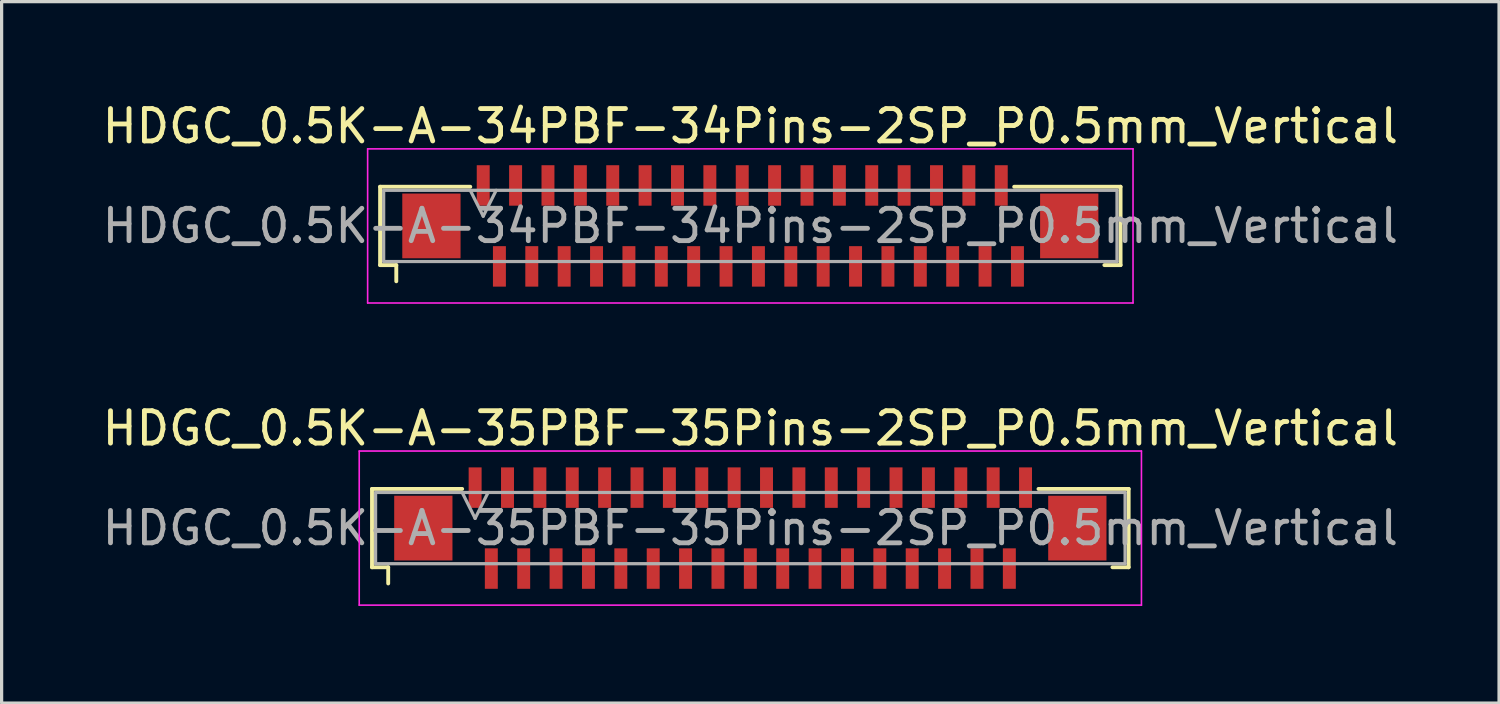
<source format=kicad_pcb>
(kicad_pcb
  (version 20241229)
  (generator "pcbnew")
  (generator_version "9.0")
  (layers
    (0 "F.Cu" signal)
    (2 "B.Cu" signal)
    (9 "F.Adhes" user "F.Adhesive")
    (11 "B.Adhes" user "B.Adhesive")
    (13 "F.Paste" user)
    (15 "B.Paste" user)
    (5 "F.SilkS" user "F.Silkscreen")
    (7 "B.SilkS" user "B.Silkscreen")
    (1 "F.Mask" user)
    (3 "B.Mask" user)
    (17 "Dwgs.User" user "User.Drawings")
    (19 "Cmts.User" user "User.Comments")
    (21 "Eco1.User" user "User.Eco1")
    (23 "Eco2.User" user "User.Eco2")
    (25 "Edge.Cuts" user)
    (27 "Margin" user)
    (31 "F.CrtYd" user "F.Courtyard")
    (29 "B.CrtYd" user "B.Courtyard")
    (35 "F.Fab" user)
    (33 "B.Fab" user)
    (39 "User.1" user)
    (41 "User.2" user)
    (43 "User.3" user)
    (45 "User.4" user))
  (footprint "HDGC_0.5K-A-34PBF-34Pins-2SP_P0.5mm_Vertical"
    (layer "F.Cu")
    (at 20.125 3.928)
    (property "Reference" "HDGC_0.5K-A-34PBF-34Pins-2SP_P0.5mm_Vertical" (at 0 -3.08 0) (layer "F.SilkS") (effects (font (size 1 1) (thickness 0.15))))
    (attr smd)
    (fp_line (start -11.435 -1.21) (end -8.65 -1.21) (stroke (width 0.12) (type solid)) (layer "F.SilkS"))
    (fp_line (start -11.435 1.21) (end -11.435 -1.21) (stroke (width 0.12) (type solid)) (layer "F.SilkS"))
    (fp_line (start -10.935 1.21) (end -11.435 1.21) (stroke (width 0.12) (type solid)) (layer "F.SilkS"))
    (fp_line (start -10.935 1.71) (end -10.935 1.21) (stroke (width 0.12) (type solid)) (layer "F.SilkS"))
    (fp_line (start 10.935 1.21) (end 11.435 1.21) (stroke (width 0.12) (type solid)) (layer "F.SilkS"))
    (fp_line (start 11.435 -1.21) (end 8.15 -1.21) (stroke (width 0.12) (type solid)) (layer "F.SilkS"))
    (fp_line (start 11.435 1.21) (end 11.435 -1.21) (stroke (width 0.12) (type solid)) (layer "F.SilkS"))
    (fp_line (start -11.82 -2.38) (end 11.82 -2.38) (stroke (width 0.05) (type solid)) (layer "F.CrtYd"))
    (fp_line (start -11.82 2.38) (end -11.82 -2.38) (stroke (width 0.05) (type solid)) (layer "F.CrtYd"))
    (fp_line (start 11.82 -2.38) (end 11.82 2.38) (stroke (width 0.05) (type solid)) (layer "F.CrtYd"))
    (fp_line (start 11.82 2.38) (end -11.82 2.38) (stroke (width 0.05) (type solid)) (layer "F.CrtYd"))
    (fp_line (start -11.325 -1.1) (end -11.325 1.1) (stroke (width 0.1) (type solid)) (layer "F.Fab"))
    (fp_line (start -11.325 1.1) (end 11.325 1.1) (stroke (width 0.1) (type solid)) (layer "F.Fab"))
    (fp_line (start -8.65 -1.1) (end -8.25 -0.3) (stroke (width 0.1) (type solid)) (layer "F.Fab"))
    (fp_line (start -8.25 -0.3) (end -7.85 -1.1) (stroke (width 0.1) (type solid)) (layer "F.Fab"))
    (fp_line (start 11.325 -1.1) (end -11.325 -1.1) (stroke (width 0.1) (type solid)) (layer "F.Fab"))
    (fp_line (start 11.325 1.1) (end 11.325 -1.1) (stroke (width 0.1) (type solid)) (layer "F.Fab"))
    (fp_text user "${REFERENCE}" (at 0 0 0) (layer "F.Fab") (effects (font (size 1 1) (thickness 0.15))))
    (pad "1" smd rect (at -8.25 -1.25) (size 0.4 1.25) (layers "F.Cu" "F.Mask" "F.Paste"))
    (pad "2" smd rect (at -7.75 1.25) (size 0.4 1.25) (layers "F.Cu" "F.Mask" "F.Paste"))
    (pad "3" smd rect (at -7.25 -1.25) (size 0.4 1.25) (layers "F.Cu" "F.Mask" "F.Paste"))
    (pad "4" smd rect (at -6.75 1.25) (size 0.4 1.25) (layers "F.Cu" "F.Mask" "F.Paste"))
    (pad "5" smd rect (at -6.25 -1.25) (size 0.4 1.25) (layers "F.Cu" "F.Mask" "F.Paste"))
    (pad "6" smd rect (at -5.75 1.25) (size 0.4 1.25) (layers "F.Cu" "F.Mask" "F.Paste"))
    (pad "7" smd rect (at -5.25 -1.25) (size 0.4 1.25) (layers "F.Cu" "F.Mask" "F.Paste"))
    (pad "8" smd rect (at -4.75 1.25) (size 0.4 1.25) (layers "F.Cu" "F.Mask" "F.Paste"))
    (pad "9" smd rect (at -4.25 -1.25) (size 0.4 1.25) (layers "F.Cu" "F.Mask" "F.Paste"))
    (pad "10" smd rect (at -3.75 1.25) (size 0.4 1.25) (layers "F.Cu" "F.Mask" "F.Paste"))
    (pad "11" smd rect (at -3.25 -1.25) (size 0.4 1.25) (layers "F.Cu" "F.Mask" "F.Paste"))
    (pad "12" smd rect (at -2.75 1.25) (size 0.4 1.25) (layers "F.Cu" "F.Mask" "F.Paste"))
    (pad "13" smd rect (at -2.25 -1.25) (size 0.4 1.25) (layers "F.Cu" "F.Mask" "F.Paste"))
    (pad "14" smd rect (at -1.75 1.25) (size 0.4 1.25) (layers "F.Cu" "F.Mask" "F.Paste"))
    (pad "15" smd rect (at -1.25 -1.25) (size 0.4 1.25) (layers "F.Cu" "F.Mask" "F.Paste"))
    (pad "16" smd rect (at -0.75 1.25) (size 0.4 1.25) (layers "F.Cu" "F.Mask" "F.Paste"))
    (pad "17" smd rect (at -0.25 -1.25) (size 0.4 1.25) (layers "F.Cu" "F.Mask" "F.Paste"))
    (pad "18" smd rect (at 0.25 1.25) (size 0.4 1.25) (layers "F.Cu" "F.Mask" "F.Paste"))
    (pad "19" smd rect (at 0.75 -1.25) (size 0.4 1.25) (layers "F.Cu" "F.Mask" "F.Paste"))
    (pad "20" smd rect (at 1.25 1.25) (size 0.4 1.25) (layers "F.Cu" "F.Mask" "F.Paste"))
    (pad "21" smd rect (at 1.75 -1.25) (size 0.4 1.25) (layers "F.Cu" "F.Mask" "F.Paste"))
    (pad "22" smd rect (at 2.25 1.25) (size 0.4 1.25) (layers "F.Cu" "F.Mask" "F.Paste"))
    (pad "23" smd rect (at 2.75 -1.25) (size 0.4 1.25) (layers "F.Cu" "F.Mask" "F.Paste"))
    (pad "24" smd rect (at 3.25 1.25) (size 0.4 1.25) (layers "F.Cu" "F.Mask" "F.Paste"))
    (pad "25" smd rect (at 3.75 -1.25) (size 0.4 1.25) (layers "F.Cu" "F.Mask" "F.Paste"))
    (pad "26" smd rect (at 4.25 1.25) (size 0.4 1.25) (layers "F.Cu" "F.Mask" "F.Paste"))
    (pad "27" smd rect (at 4.75 -1.25) (size 0.4 1.25) (layers "F.Cu" "F.Mask" "F.Paste"))
    (pad "28" smd rect (at 5.25 1.25) (size 0.4 1.25) (layers "F.Cu" "F.Mask" "F.Paste"))
    (pad "29" smd rect (at 5.75 -1.25) (size 0.4 1.25) (layers "F.Cu" "F.Mask" "F.Paste"))
    (pad "30" smd rect (at 6.25 1.25) (size 0.4 1.25) (layers "F.Cu" "F.Mask" "F.Paste"))
    (pad "31" smd rect (at 6.75 -1.25) (size 0.4 1.25) (layers "F.Cu" "F.Mask" "F.Paste"))
    (pad "32" smd rect (at 7.25 1.25) (size 0.4 1.25) (layers "F.Cu" "F.Mask" "F.Paste"))
    (pad "33" smd rect (at 7.75 -1.25) (size 0.4 1.25) (layers "F.Cu" "F.Mask" "F.Paste"))
    (pad "34" smd rect (at 8.25 1.25) (size 0.4 1.25) (layers "F.Cu" "F.Mask" "F.Paste"))
    (pad "MP" smd rect (at -9.85 0) (size 1.8 2) (layers "F.Cu" "F.Mask" "F.Paste"))
    (pad "MP" smd rect (at 9.85 0) (size 1.8 2) (layers "F.Cu" "F.Mask" "F.Paste")))
  (footprint "HDGC_0.5K-A-35PBF-35Pins-2SP_P0.5mm_Vertical"
    (layer "F.Cu")
    (at 20.125 13.261)
    (property "Reference" "HDGC_0.5K-A-35PBF-35Pins-2SP_P0.5mm_Vertical" (at 0 -3.08 0) (layer "F.SilkS") (effects (font (size 1 1) (thickness 0.15))))
    (attr smd)
    (fp_line (start -11.685 -1.21) (end -8.9 -1.21) (stroke (width 0.12) (type solid)) (layer "F.SilkS"))
    (fp_line (start -11.685 1.21) (end -11.685 -1.21) (stroke (width 0.12) (type solid)) (layer "F.SilkS"))
    (fp_line (start -11.185 1.21) (end -11.685 1.21) (stroke (width 0.12) (type solid)) (layer "F.SilkS"))
    (fp_line (start -11.185 1.71) (end -11.185 1.21) (stroke (width 0.12) (type solid)) (layer "F.SilkS"))
    (fp_line (start 11.185 1.21) (end 11.685 1.21) (stroke (width 0.12) (type solid)) (layer "F.SilkS"))
    (fp_line (start 11.685 -1.21) (end 8.9 -1.21) (stroke (width 0.12) (type solid)) (layer "F.SilkS"))
    (fp_line (start 11.685 1.21) (end 11.685 -1.21) (stroke (width 0.12) (type solid)) (layer "F.SilkS"))
    (fp_line (start -12.08 -2.38) (end 12.08 -2.38) (stroke (width 0.05) (type solid)) (layer "F.CrtYd"))
    (fp_line (start -12.08 2.38) (end -12.08 -2.38) (stroke (width 0.05) (type solid)) (layer "F.CrtYd"))
    (fp_line (start 12.08 -2.38) (end 12.08 2.38) (stroke (width 0.05) (type solid)) (layer "F.CrtYd"))
    (fp_line (start 12.08 2.38) (end -12.08 2.38) (stroke (width 0.05) (type solid)) (layer "F.CrtYd"))
    (fp_line (start -11.575 -1.1) (end -11.575 1.1) (stroke (width 0.1) (type solid)) (layer "F.Fab"))
    (fp_line (start -11.575 1.1) (end 11.575 1.1) (stroke (width 0.1) (type solid)) (layer "F.Fab"))
    (fp_line (start -8.9 -1.1) (end -8.5 -0.3) (stroke (width 0.1) (type solid)) (layer "F.Fab"))
    (fp_line (start -8.5 -0.3) (end -8.1 -1.1) (stroke (width 0.1) (type solid)) (layer "F.Fab"))
    (fp_line (start 11.575 -1.1) (end -11.575 -1.1) (stroke (width 0.1) (type solid)) (layer "F.Fab"))
    (fp_line (start 11.575 1.1) (end 11.575 -1.1) (stroke (width 0.1) (type solid)) (layer "F.Fab"))
    (fp_text user "${REFERENCE}" (at 0 0 0) (layer "F.Fab") (effects (font (size 1 1) (thickness 0.15))))
    (pad "1" smd rect (at -8.5 -1.25) (size 0.4 1.25) (layers "F.Cu" "F.Mask" "F.Paste"))
    (pad "2" smd rect (at -8 1.25) (size 0.4 1.25) (layers "F.Cu" "F.Mask" "F.Paste"))
    (pad "3" smd rect (at -7.5 -1.25) (size 0.4 1.25) (layers "F.Cu" "F.Mask" "F.Paste"))
    (pad "4" smd rect (at -7 1.25) (size 0.4 1.25) (layers "F.Cu" "F.Mask" "F.Paste"))
    (pad "5" smd rect (at -6.5 -1.25) (size 0.4 1.25) (layers "F.Cu" "F.Mask" "F.Paste"))
    (pad "6" smd rect (at -6 1.25) (size 0.4 1.25) (layers "F.Cu" "F.Mask" "F.Paste"))
    (pad "7" smd rect (at -5.5 -1.25) (size 0.4 1.25) (layers "F.Cu" "F.Mask" "F.Paste"))
    (pad "8" smd rect (at -5 1.25) (size 0.4 1.25) (layers "F.Cu" "F.Mask" "F.Paste"))
    (pad "9" smd rect (at -4.5 -1.25) (size 0.4 1.25) (layers "F.Cu" "F.Mask" "F.Paste"))
    (pad "10" smd rect (at -4 1.25) (size 0.4 1.25) (layers "F.Cu" "F.Mask" "F.Paste"))
    (pad "11" smd rect (at -3.5 -1.25) (size 0.4 1.25) (layers "F.Cu" "F.Mask" "F.Paste"))
    (pad "12" smd rect (at -3 1.25) (size 0.4 1.25) (layers "F.Cu" "F.Mask" "F.Paste"))
    (pad "13" smd rect (at -2.5 -1.25) (size 0.4 1.25) (layers "F.Cu" "F.Mask" "F.Paste"))
    (pad "14" smd rect (at -2 1.25) (size 0.4 1.25) (layers "F.Cu" "F.Mask" "F.Paste"))
    (pad "15" smd rect (at -1.5 -1.25) (size 0.4 1.25) (layers "F.Cu" "F.Mask" "F.Paste"))
    (pad "16" smd rect (at -1 1.25) (size 0.4 1.25) (layers "F.Cu" "F.Mask" "F.Paste"))
    (pad "17" smd rect (at -0.5 -1.25) (size 0.4 1.25) (layers "F.Cu" "F.Mask" "F.Paste"))
    (pad "18" smd rect (at 0 1.25) (size 0.4 1.25) (layers "F.Cu" "F.Mask" "F.Paste"))
    (pad "19" smd rect (at 0.5 -1.25) (size 0.4 1.25) (layers "F.Cu" "F.Mask" "F.Paste"))
    (pad "20" smd rect (at 1 1.25) (size 0.4 1.25) (layers "F.Cu" "F.Mask" "F.Paste"))
    (pad "21" smd rect (at 1.5 -1.25) (size 0.4 1.25) (layers "F.Cu" "F.Mask" "F.Paste"))
    (pad "22" smd rect (at 2 1.25) (size 0.4 1.25) (layers "F.Cu" "F.Mask" "F.Paste"))
    (pad "23" smd rect (at 2.5 -1.25) (size 0.4 1.25) (layers "F.Cu" "F.Mask" "F.Paste"))
    (pad "24" smd rect (at 3 1.25) (size 0.4 1.25) (layers "F.Cu" "F.Mask" "F.Paste"))
    (pad "25" smd rect (at 3.5 -1.25) (size 0.4 1.25) (layers "F.Cu" "F.Mask" "F.Paste"))
    (pad "26" smd rect (at 4 1.25) (size 0.4 1.25) (layers "F.Cu" "F.Mask" "F.Paste"))
    (pad "27" smd rect (at 4.5 -1.25) (size 0.4 1.25) (layers "F.Cu" "F.Mask" "F.Paste"))
    (pad "28" smd rect (at 5 1.25) (size 0.4 1.25) (layers "F.Cu" "F.Mask" "F.Paste"))
    (pad "29" smd rect (at 5.5 -1.25) (size 0.4 1.25) (layers "F.Cu" "F.Mask" "F.Paste"))
    (pad "30" smd rect (at 6 1.25) (size 0.4 1.25) (layers "F.Cu" "F.Mask" "F.Paste"))
    (pad "31" smd rect (at 6.5 -1.25) (size 0.4 1.25) (layers "F.Cu" "F.Mask" "F.Paste"))
    (pad "32" smd rect (at 7 1.25) (size 0.4 1.25) (layers "F.Cu" "F.Mask" "F.Paste"))
    (pad "33" smd rect (at 7.5 -1.25) (size 0.4 1.25) (layers "F.Cu" "F.Mask" "F.Paste"))
    (pad "34" smd rect (at 8 1.25) (size 0.4 1.25) (layers "F.Cu" "F.Mask" "F.Paste"))
    (pad "35" smd rect (at 8.5 -1.25) (size 0.4 1.25) (layers "F.Cu" "F.Mask" "F.Paste"))
    (pad "MP" smd rect (at -10.1 0) (size 1.8 2) (layers "F.Cu" "F.Mask" "F.Paste"))
    (pad "MP" smd rect (at 10.1 0) (size 1.8 2) (layers "F.Cu" "F.Mask" "F.Paste")))
  (gr_rect
    (start -3 -3)
    (end 43.25 18.666)
    (stroke (width 0.1) (type default))
    (fill no)
    (layer "Edge.Cuts")))
</source>
